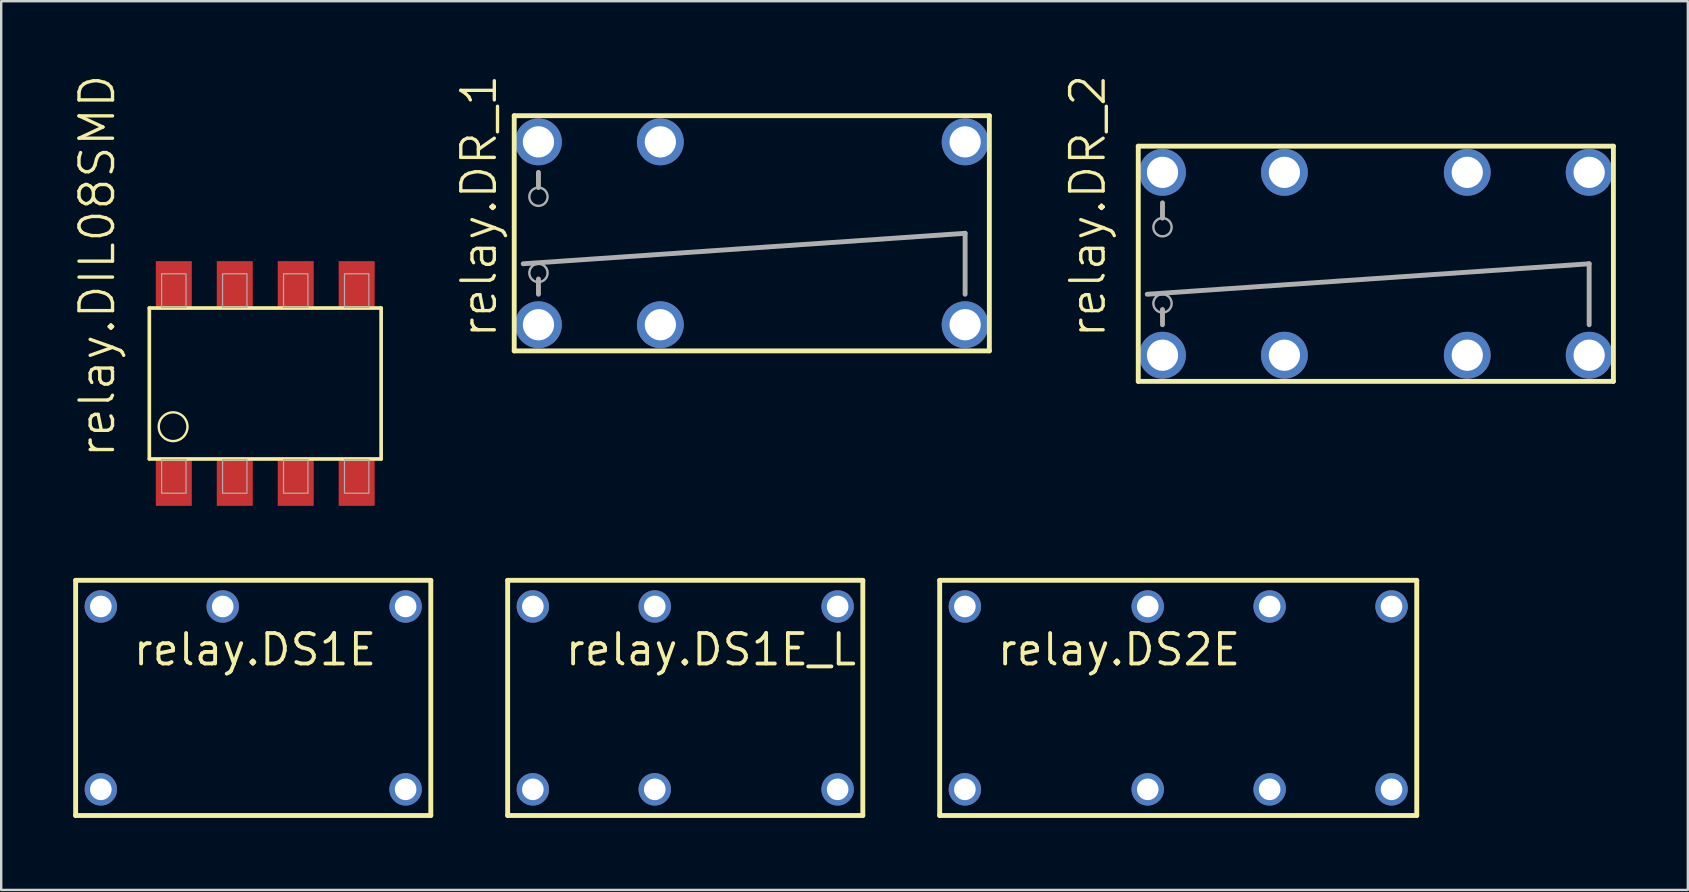
<source format=kicad_pcb>
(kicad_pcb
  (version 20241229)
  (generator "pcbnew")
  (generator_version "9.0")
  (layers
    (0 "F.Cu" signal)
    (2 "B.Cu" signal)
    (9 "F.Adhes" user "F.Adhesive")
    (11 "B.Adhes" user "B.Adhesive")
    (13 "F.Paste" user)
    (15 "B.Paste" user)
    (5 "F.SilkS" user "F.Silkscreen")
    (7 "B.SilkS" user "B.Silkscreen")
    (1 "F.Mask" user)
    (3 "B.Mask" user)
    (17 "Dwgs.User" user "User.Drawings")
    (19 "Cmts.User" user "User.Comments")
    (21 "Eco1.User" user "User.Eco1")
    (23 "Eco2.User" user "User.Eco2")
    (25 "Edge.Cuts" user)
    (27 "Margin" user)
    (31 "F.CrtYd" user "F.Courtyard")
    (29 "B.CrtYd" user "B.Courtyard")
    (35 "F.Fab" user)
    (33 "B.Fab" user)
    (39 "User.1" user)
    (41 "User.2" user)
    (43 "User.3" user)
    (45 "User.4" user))
  (footprint "relay.DIL08SMD"
    (layer "F.Cu")
    (at 8.003 12.931)
    (property "Reference" "relay.DIL08SMD" (at -6.186 3.175 90) (layer "F.SilkS") (effects (font (size 1.397 1.397) (thickness 0.14)) (justify left bottom)))
    (attr smd)
    (fp_line (start -4.83 -3.144) (end -4.83 3.144) (stroke (width 0.152) (type default)) (layer "F.SilkS"))
    (fp_line (start -4.83 3.144) (end 4.83 3.144) (stroke (width 0.152) (type default)) (layer "F.SilkS"))
    (fp_line (start 4.83 -3.144) (end -4.83 -3.144) (stroke (width 0.152) (type default)) (layer "F.SilkS"))
    (fp_line (start 4.83 3.144) (end 4.83 -3.144) (stroke (width 0.152) (type default)) (layer "F.SilkS"))
    (fp_circle (center -3.84 1.8) (end -3.24 1.8) (stroke (width 0.1) (type default)) (fill no) (layer "F.SilkS"))
    (fp_rect (start -4.318 -3.175) (end -3.302 -4.572) (stroke (width 0.05) (type default)) (fill no) (layer "F.Fab"))
    (fp_rect (start -4.318 4.572) (end -3.302 3.175) (stroke (width 0.05) (type default)) (fill no) (layer "F.Fab"))
    (fp_rect (start -1.778 -3.175) (end -0.762 -4.572) (stroke (width 0.05) (type default)) (fill no) (layer "F.Fab"))
    (fp_rect (start -1.778 4.572) (end -0.762 3.175) (stroke (width 0.05) (type default)) (fill no) (layer "F.Fab"))
    (fp_rect (start 0.762 -3.175) (end 1.778 -4.572) (stroke (width 0.05) (type default)) (fill no) (layer "F.Fab"))
    (fp_rect (start 0.762 4.572) (end 1.778 3.175) (stroke (width 0.05) (type default)) (fill no) (layer "F.Fab"))
    (fp_rect (start 3.302 -3.175) (end 4.318 -4.572) (stroke (width 0.05) (type default)) (fill no) (layer "F.Fab"))
    (fp_rect (start 3.302 4.572) (end 4.318 3.175) (stroke (width 0.05) (type default)) (fill no) (layer "F.Fab"))
    (pad "1" smd roundrect (at -3.81 4.15) (size 1.5 1.9) (layers "F.Cu" "F.Mask" "F.Paste") (roundrect_rratio 0.01))
    (pad "2" smd roundrect (at -1.27 4.15) (size 1.5 1.9) (layers "F.Cu" "F.Mask" "F.Paste") (roundrect_rratio 0.01))
    (pad "3" smd roundrect (at 1.27 4.15) (size 1.5 1.9) (layers "F.Cu" "F.Mask" "F.Paste") (roundrect_rratio 0.01))
    (pad "4" smd roundrect (at 3.81 4.15) (size 1.5 1.9) (layers "F.Cu" "F.Mask" "F.Paste") (roundrect_rratio 0.01))
    (pad "5" smd roundrect (at 3.81 -4.15) (size 1.5 1.9) (layers "F.Cu" "F.Mask" "F.Paste") (roundrect_rratio 0.01))
    (pad "6" smd roundrect (at 1.27 -4.15) (size 1.5 1.9) (layers "F.Cu" "F.Mask" "F.Paste") (roundrect_rratio 0.01))
    (pad "7" smd roundrect (at -1.27 -4.15) (size 1.5 1.9) (layers "F.Cu" "F.Mask" "F.Paste") (roundrect_rratio 0.01))
    (pad "8" smd roundrect (at -3.81 -4.15) (size 1.5 1.9) (layers "F.Cu" "F.Mask" "F.Paste") (roundrect_rratio 0.01)))
  (footprint "relay.DS1E_L"
    (layer "F.Cu")
    (at 25.505 26.033)
    (property "Reference" "relay.DS1E_L" (at -5.08 -1.27 0) (layer "F.SilkS") (effects (font (size 1.27 1.27) (thickness 0.16)) (justify left bottom)))
    (attr through_hole)
    (fp_line (start -7.4 -4.9) (end 7.4 -4.9) (stroke (width 0.203) (type default)) (layer "F.SilkS"))
    (fp_line (start -7.4 4.9) (end -7.4 -4.9) (stroke (width 0.203) (type default)) (layer "F.SilkS"))
    (fp_line (start 7.4 -4.9) (end 7.4 4.9) (stroke (width 0.203) (type default)) (layer "F.SilkS"))
    (fp_line (start 7.4 4.9) (end -7.4 4.9) (stroke (width 0.203) (type default)) (layer "F.SilkS"))
    (pad "1" thru_hole circle (at -6.35 3.81) (size 1.35 1.35) (drill 0.9) (layers "*.Cu" "*.Mask"))
    (pad "3" thru_hole circle (at -1.27 3.81) (size 1.35 1.35) (drill 0.9) (layers "*.Cu" "*.Mask"))
    (pad "6" thru_hole circle (at 6.35 3.81) (size 1.35 1.35) (drill 0.9) (layers "*.Cu" "*.Mask"))
    (pad "7" thru_hole circle (at 6.35 -3.81) (size 1.35 1.35) (drill 0.9) (layers "*.Cu" "*.Mask"))
    (pad "10" thru_hole circle (at -1.27 -3.81) (size 1.35 1.35) (drill 0.9) (layers "*.Cu" "*.Mask"))
    (pad "12" thru_hole circle (at -6.35 -3.81) (size 1.35 1.35) (drill 0.9) (layers "*.Cu" "*.Mask")))
  (footprint "relay.DS2E"
    (layer "F.Cu")
    (at 46.048 26.033)
    (property "Reference" "relay.DS2E" (at -7.62 -1.27 0) (layer "F.SilkS") (effects (font (size 1.27 1.27) (thickness 0.16)) (justify left bottom)))
    (attr through_hole)
    (fp_line (start -9.94 -4.9) (end 9.94 -4.9) (stroke (width 0.203) (type default)) (layer "F.SilkS"))
    (fp_line (start -9.94 4.9) (end -9.94 -4.9) (stroke (width 0.203) (type default)) (layer "F.SilkS"))
    (fp_line (start 9.94 -4.9) (end 9.94 4.9) (stroke (width 0.203) (type default)) (layer "F.SilkS"))
    (fp_line (start 9.94 4.9) (end -9.94 4.9) (stroke (width 0.203) (type default)) (layer "F.SilkS"))
    (pad "1" thru_hole circle (at -8.89 3.81) (size 1.35 1.35) (drill 0.9) (layers "*.Cu" "*.Mask"))
    (pad "4" thru_hole circle (at -1.27 3.81) (size 1.35 1.35) (drill 0.9) (layers "*.Cu" "*.Mask"))
    (pad "6" thru_hole circle (at 3.81 3.81) (size 1.35 1.35) (drill 0.9) (layers "*.Cu" "*.Mask"))
    (pad "8" thru_hole circle (at 8.89 3.81) (size 1.35 1.35) (drill 0.9) (layers "*.Cu" "*.Mask"))
    (pad "9" thru_hole circle (at 8.89 -3.81) (size 1.35 1.35) (drill 0.9) (layers "*.Cu" "*.Mask"))
    (pad "11" thru_hole circle (at 3.81 -3.81) (size 1.35 1.35) (drill 0.9) (layers "*.Cu" "*.Mask"))
    (pad "13" thru_hole circle (at -1.27 -3.81) (size 1.35 1.35) (drill 0.9) (layers "*.Cu" "*.Mask"))
    (pad "16" thru_hole circle (at -8.89 -3.81) (size 1.35 1.35) (drill 0.9) (layers "*.Cu" "*.Mask")))
  (footprint "relay.DR_1"
    (layer "F.Cu")
    (at 28.278 6.672)
    (property "Reference" "relay.DR_1" (at -10.551 4.445 90) (layer "F.SilkS") (effects (font (size 1.397 1.397) (thickness 0.14)) (justify left bottom)))
    (attr through_hole)
    (fp_line (start -9.9 -4.9) (end -9.9 4.9) (stroke (width 0.203) (type default)) (layer "F.SilkS"))
    (fp_line (start -9.9 4.9) (end 9.9 4.9) (stroke (width 0.203) (type default)) (layer "F.SilkS"))
    (fp_line (start 9.9 -4.9) (end -9.9 -4.9) (stroke (width 0.203) (type default)) (layer "F.SilkS"))
    (fp_line (start 9.9 4.9) (end 9.9 -4.9) (stroke (width 0.203) (type default)) (layer "F.SilkS"))
    (fp_line (start -9.525 1.27) (end 8.89 0) (stroke (width 0.203) (type default)) (layer "F.Fab"))
    (fp_line (start -8.89 -2.54) (end -8.89 -1.905) (stroke (width 0.203) (type default)) (layer "F.Fab"))
    (fp_line (start -8.89 2.54) (end -8.89 1.905) (stroke (width 0.203) (type default)) (layer "F.Fab"))
    (fp_line (start 8.89 0) (end 8.89 2.54) (stroke (width 0.203) (type default)) (layer "F.Fab"))
    (fp_circle (center -8.89 -1.524) (end -8.509 -1.524) (stroke (width 0.1) (type default)) (fill no) (layer "F.Fab"))
    (fp_circle (center -8.89 1.651) (end -8.509 1.651) (stroke (width 0.1) (type default)) (fill no) (layer "F.Fab"))
    (pad "1" thru_hole circle (at -8.89 3.81) (size 1.95 1.95) (drill 1.3) (layers "*.Cu" "*.Mask"))
    (pad "3" thru_hole circle (at -3.81 3.81) (size 1.95 1.95) (drill 1.3) (layers "*.Cu" "*.Mask"))
    (pad "8" thru_hole circle (at 8.89 3.81) (size 1.95 1.95) (drill 1.3) (layers "*.Cu" "*.Mask"))
    (pad "9" thru_hole circle (at 8.89 -3.81) (size 1.95 1.95) (drill 1.3) (layers "*.Cu" "*.Mask"))
    (pad "14" thru_hole circle (at -3.81 -3.81) (size 1.95 1.95) (drill 1.3) (layers "*.Cu" "*.Mask"))
    (pad "16" thru_hole circle (at -8.89 -3.81) (size 1.95 1.95) (drill 1.3) (layers "*.Cu" "*.Mask")))
  (footprint "relay.DS1E"
    (layer "F.Cu")
    (at 7.502 26.033)
    (property "Reference" "relay.DS1E" (at -5.08 -1.27 0) (layer "F.SilkS") (effects (font (size 1.27 1.27) (thickness 0.16)) (justify left bottom)))
    (attr through_hole)
    (fp_line (start -7.4 -4.9) (end 7.4 -4.9) (stroke (width 0.203) (type default)) (layer "F.SilkS"))
    (fp_line (start -7.4 4.9) (end -7.4 -4.9) (stroke (width 0.203) (type default)) (layer "F.SilkS"))
    (fp_line (start 7.4 -4.9) (end 7.4 4.9) (stroke (width 0.203) (type default)) (layer "F.SilkS"))
    (fp_line (start 7.4 4.9) (end -7.4 4.9) (stroke (width 0.203) (type default)) (layer "F.SilkS"))
    (pad "1" thru_hole circle (at -6.35 3.81) (size 1.35 1.35) (drill 0.9) (layers "*.Cu" "*.Mask"))
    (pad "6" thru_hole circle (at 6.35 3.81) (size 1.35 1.35) (drill 0.9) (layers "*.Cu" "*.Mask"))
    (pad "7" thru_hole circle (at 6.35 -3.81) (size 1.35 1.35) (drill 0.9) (layers "*.Cu" "*.Mask"))
    (pad "10" thru_hole circle (at -1.27 -3.81) (size 1.35 1.35) (drill 0.9) (layers "*.Cu" "*.Mask"))
    (pad "12" thru_hole circle (at -6.35 -3.81) (size 1.35 1.35) (drill 0.9) (layers "*.Cu" "*.Mask")))
  (footprint "relay.DR_2"
    (layer "F.Cu")
    (at 54.283 7.942)
    (property "Reference" "relay.DR_2" (at -11.186 3.175 90) (layer "F.SilkS") (effects (font (size 1.397 1.397) (thickness 0.14)) (justify left bottom)))
    (attr through_hole)
    (fp_line (start -9.9 -4.9) (end -9.9 4.9) (stroke (width 0.203) (type default)) (layer "F.SilkS"))
    (fp_line (start -9.9 4.9) (end 9.9 4.9) (stroke (width 0.203) (type default)) (layer "F.SilkS"))
    (fp_line (start 9.9 -4.9) (end -9.9 -4.9) (stroke (width 0.203) (type default)) (layer "F.SilkS"))
    (fp_line (start 9.9 4.9) (end 9.9 -4.9) (stroke (width 0.203) (type default)) (layer "F.SilkS"))
    (fp_line (start -9.525 1.27) (end 8.89 0) (stroke (width 0.203) (type default)) (layer "F.Fab"))
    (fp_line (start -8.89 -2.54) (end -8.89 -1.905) (stroke (width 0.203) (type default)) (layer "F.Fab"))
    (fp_line (start -8.89 2.54) (end -8.89 1.905) (stroke (width 0.203) (type default)) (layer "F.Fab"))
    (fp_line (start 8.89 0) (end 8.89 2.54) (stroke (width 0.203) (type default)) (layer "F.Fab"))
    (fp_circle (center -8.89 -1.524) (end -8.509 -1.524) (stroke (width 0.1) (type default)) (fill no) (layer "F.Fab"))
    (fp_circle (center -8.89 1.651) (end -8.509 1.651) (stroke (width 0.1) (type default)) (fill no) (layer "F.Fab"))
    (pad "1" thru_hole circle (at -8.89 3.81) (size 1.95 1.95) (drill 1.3) (layers "*.Cu" "*.Mask"))
    (pad "3" thru_hole circle (at -3.81 3.81) (size 1.95 1.95) (drill 1.3) (layers "*.Cu" "*.Mask"))
    (pad "6" thru_hole circle (at 3.81 3.81) (size 1.95 1.95) (drill 1.3) (layers "*.Cu" "*.Mask"))
    (pad "8" thru_hole circle (at 8.89 3.81) (size 1.95 1.95) (drill 1.3) (layers "*.Cu" "*.Mask"))
    (pad "9" thru_hole circle (at 8.89 -3.81) (size 1.95 1.95) (drill 1.3) (layers "*.Cu" "*.Mask"))
    (pad "11" thru_hole circle (at 3.81 -3.81) (size 1.95 1.95) (drill 1.3) (layers "*.Cu" "*.Mask"))
    (pad "14" thru_hole circle (at -3.81 -3.81) (size 1.95 1.95) (drill 1.3) (layers "*.Cu" "*.Mask"))
    (pad "16" thru_hole circle (at -8.89 -3.81) (size 1.95 1.95) (drill 1.3) (layers "*.Cu" "*.Mask")))
  (gr_rect
    (start -3 -3)
    (end 67.285 34.035)
    (stroke (width 0.1) (type default))
    (fill no)
    (layer "Edge.Cuts")))
</source>
